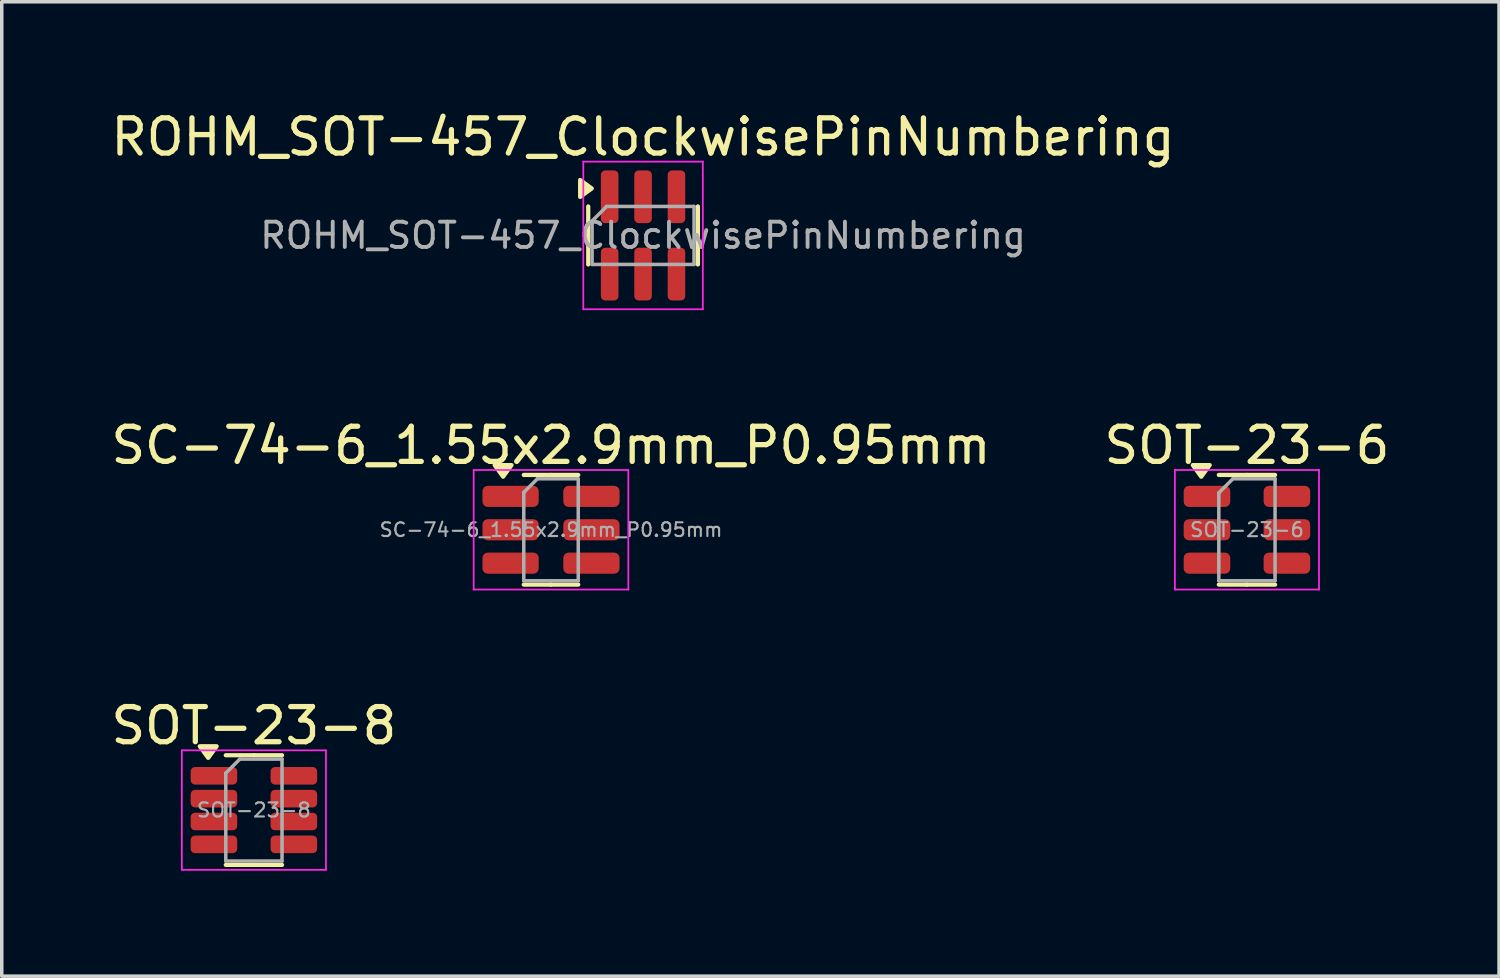
<source format=kicad_pcb>
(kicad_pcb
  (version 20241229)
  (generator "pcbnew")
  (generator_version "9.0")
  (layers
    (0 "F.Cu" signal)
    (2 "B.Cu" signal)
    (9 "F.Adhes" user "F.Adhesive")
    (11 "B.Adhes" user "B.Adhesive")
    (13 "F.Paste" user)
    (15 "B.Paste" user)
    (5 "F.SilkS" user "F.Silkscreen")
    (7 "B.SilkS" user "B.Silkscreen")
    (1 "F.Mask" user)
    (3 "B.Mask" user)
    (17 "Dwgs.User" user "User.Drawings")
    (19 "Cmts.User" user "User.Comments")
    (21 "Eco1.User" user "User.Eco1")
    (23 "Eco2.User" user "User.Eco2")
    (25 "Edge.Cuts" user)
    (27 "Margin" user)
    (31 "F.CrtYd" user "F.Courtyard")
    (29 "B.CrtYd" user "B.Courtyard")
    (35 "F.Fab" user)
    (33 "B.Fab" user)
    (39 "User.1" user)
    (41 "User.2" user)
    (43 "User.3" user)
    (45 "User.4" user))
  (footprint "SOT-23-8"
    (layer "F.Cu")
    (at 4.173 19.995)
    (property "Reference" "SOT-23-8" (at 0 -2.4 0) (layer "F.SilkS") (effects (font (size 1 1) (thickness 0.15))))
    (attr smd)
    (fp_line (start 0 -1.56) (end -0.8 -1.56) (stroke (width 0.12) (type solid)) (layer "F.SilkS"))
    (fp_line (start 0 -1.56) (end 0.8 -1.56) (stroke (width 0.12) (type solid)) (layer "F.SilkS"))
    (fp_line (start 0 1.56) (end -0.8 1.56) (stroke (width 0.12) (type solid)) (layer "F.SilkS"))
    (fp_line (start 0 1.56) (end 0.8 1.56) (stroke (width 0.12) (type solid)) (layer "F.SilkS"))
    (fp_poly (pts (xy -1.3 -1.485) (xy -1.54 -1.815) (xy -1.06 -1.815) (xy -1.3 -1.485)) (stroke (width 0.12) (type solid)) (fill yes) (layer "F.SilkS"))
    (fp_line (start -2.05 -1.7) (end -2.05 1.7) (stroke (width 0.05) (type solid)) (layer "F.CrtYd"))
    (fp_line (start -2.05 1.7) (end 2.05 1.7) (stroke (width 0.05) (type solid)) (layer "F.CrtYd"))
    (fp_line (start 2.05 -1.7) (end -2.05 -1.7) (stroke (width 0.05) (type solid)) (layer "F.CrtYd"))
    (fp_line (start 2.05 1.7) (end 2.05 -1.7) (stroke (width 0.05) (type solid)) (layer "F.CrtYd"))
    (fp_line (start -0.8 -1.05) (end -0.4 -1.45) (stroke (width 0.1) (type solid)) (layer "F.Fab"))
    (fp_line (start -0.8 1.45) (end -0.8 -1.05) (stroke (width 0.1) (type solid)) (layer "F.Fab"))
    (fp_line (start -0.4 -1.45) (end 0.8 -1.45) (stroke (width 0.1) (type solid)) (layer "F.Fab"))
    (fp_line (start 0.8 -1.45) (end 0.8 1.45) (stroke (width 0.1) (type solid)) (layer "F.Fab"))
    (fp_line (start 0.8 1.45) (end -0.8 1.45) (stroke (width 0.1) (type solid)) (layer "F.Fab"))
    (fp_text user "${REFERENCE}" (at 0 0 0) (layer "F.Fab") (effects (font (size 0.4 0.4) (thickness 0.06))))
    (pad "1" smd roundrect (at -1.137 -0.975) (size 1.325 0.5) (layers "F.Cu" "F.Mask" "F.Paste") (roundrect_rratio 0.25))
    (pad "2" smd roundrect (at -1.137 -0.325) (size 1.325 0.5) (layers "F.Cu" "F.Mask" "F.Paste") (roundrect_rratio 0.25))
    (pad "3" smd roundrect (at -1.137 0.325) (size 1.325 0.5) (layers "F.Cu" "F.Mask" "F.Paste") (roundrect_rratio 0.25))
    (pad "4" smd roundrect (at -1.137 0.975) (size 1.325 0.5) (layers "F.Cu" "F.Mask" "F.Paste") (roundrect_rratio 0.25))
    (pad "5" smd roundrect (at 1.137 0.975) (size 1.325 0.5) (layers "F.Cu" "F.Mask" "F.Paste") (roundrect_rratio 0.25))
    (pad "6" smd roundrect (at 1.137 0.325) (size 1.325 0.5) (layers "F.Cu" "F.Mask" "F.Paste") (roundrect_rratio 0.25))
    (pad "7" smd roundrect (at 1.137 -0.325) (size 1.325 0.5) (layers "F.Cu" "F.Mask" "F.Paste") (roundrect_rratio 0.25))
    (pad "8" smd roundrect (at 1.137 -0.975) (size 1.325 0.5) (layers "F.Cu" "F.Mask" "F.Paste") (roundrect_rratio 0.25)))
  (footprint "ROHM_SOT-457_ClockwisePinNumbering"
    (layer "F.Cu")
    (at 15.244 3.648)
    (property "Reference" "ROHM_SOT-457_ClockwisePinNumbering" (at 0 -2.8 0) (layer "F.SilkS") (effects (font (size 1 1) (thickness 0.15))))
    (attr smd)
    (fp_line (start -1.56 -0.825) (end -1.56 0) (stroke (width 0.12) (type solid)) (layer "F.SilkS"))
    (fp_line (start -1.56 0.825) (end -1.56 0) (stroke (width 0.12) (type solid)) (layer "F.SilkS"))
    (fp_line (start 1.56 -0.825) (end 1.56 0) (stroke (width 0.12) (type solid)) (layer "F.SilkS"))
    (fp_line (start 1.56 0.825) (end 1.56 0) (stroke (width 0.12) (type solid)) (layer "F.SilkS"))
    (fp_poly (pts (xy -1.46 -1.337) (xy -1.79 -1.097) (xy -1.79 -1.577) (xy -1.46 -1.337)) (stroke (width 0.12) (type solid)) (fill yes) (layer "F.SilkS"))
    (fp_line (start -1.7 -2.1) (end -1.7 2.1) (stroke (width 0.05) (type solid)) (layer "F.CrtYd"))
    (fp_line (start -1.7 2.1) (end 1.7 2.1) (stroke (width 0.05) (type solid)) (layer "F.CrtYd"))
    (fp_line (start 1.7 -2.1) (end -1.7 -2.1) (stroke (width 0.05) (type solid)) (layer "F.CrtYd"))
    (fp_line (start 1.7 2.1) (end 1.7 -2.1) (stroke (width 0.05) (type solid)) (layer "F.CrtYd"))
    (fp_line (start -1.45 -0.412) (end -1.038 -0.825) (stroke (width 0.1) (type solid)) (layer "F.Fab"))
    (fp_line (start -1.45 0.825) (end -1.45 -0.412) (stroke (width 0.1) (type solid)) (layer "F.Fab"))
    (fp_line (start -1.038 -0.825) (end 1.45 -0.825) (stroke (width 0.1) (type solid)) (layer "F.Fab"))
    (fp_line (start 1.45 -0.825) (end 1.45 0.825) (stroke (width 0.1) (type solid)) (layer "F.Fab"))
    (fp_line (start 1.45 0.825) (end -1.45 0.825) (stroke (width 0.1) (type solid)) (layer "F.Fab"))
    (fp_text user "${REFERENCE}" (at 0 0 0) (layer "F.Fab") (effects (font (size 0.72 0.72) (thickness 0.11))))
    (pad "1" smd roundrect (at -0.95 -1.1) (size 0.5 1.5) (layers "F.Cu" "F.Mask" "F.Paste") (roundrect_rratio 0.25))
    (pad "2" smd roundrect (at 0 -1.1) (size 0.5 1.5) (layers "F.Cu" "F.Mask" "F.Paste") (roundrect_rratio 0.25))
    (pad "3" smd roundrect (at 0.95 -1.1) (size 0.5 1.5) (layers "F.Cu" "F.Mask" "F.Paste") (roundrect_rratio 0.25))
    (pad "4" smd roundrect (at 0.95 1.1) (size 0.5 1.5) (layers "F.Cu" "F.Mask" "F.Paste") (roundrect_rratio 0.25))
    (pad "5" smd roundrect (at 0 1.1) (size 0.5 1.5) (layers "F.Cu" "F.Mask" "F.Paste") (roundrect_rratio 0.25))
    (pad "6" smd roundrect (at -0.95 1.1) (size 0.5 1.5) (layers "F.Cu" "F.Mask" "F.Paste") (roundrect_rratio 0.25)))
  (footprint "SC-74-6_1.55x2.9mm_P0.95mm"
    (layer "F.Cu")
    (at 12.625 12.021)
    (property "Reference" "SC-74-6_1.55x2.9mm_P0.95mm" (at 0 -2.4 0) (layer "F.SilkS") (effects (font (size 1 1) (thickness 0.15))))
    (attr smd)
    (fp_line (start 0 -1.56) (end -0.775 -1.56) (stroke (width 0.12) (type solid)) (layer "F.SilkS"))
    (fp_line (start 0 -1.56) (end 0.775 -1.56) (stroke (width 0.12) (type solid)) (layer "F.SilkS"))
    (fp_line (start 0 1.56) (end -0.775 1.56) (stroke (width 0.12) (type solid)) (layer "F.SilkS"))
    (fp_line (start 0 1.56) (end 0.775 1.56) (stroke (width 0.12) (type solid)) (layer "F.SilkS"))
    (fp_poly (pts (xy -1.363 -1.51) (xy -1.603 -1.84) (xy -1.123 -1.84) (xy -1.363 -1.51)) (stroke (width 0.12) (type solid)) (fill yes) (layer "F.SilkS"))
    (fp_line (start -2.2 -1.7) (end -2.2 1.7) (stroke (width 0.05) (type solid)) (layer "F.CrtYd"))
    (fp_line (start -2.2 1.7) (end 2.2 1.7) (stroke (width 0.05) (type solid)) (layer "F.CrtYd"))
    (fp_line (start 2.2 -1.7) (end -2.2 -1.7) (stroke (width 0.05) (type solid)) (layer "F.CrtYd"))
    (fp_line (start 2.2 1.7) (end 2.2 -1.7) (stroke (width 0.05) (type solid)) (layer "F.CrtYd"))
    (fp_line (start -0.775 -1.062) (end -0.388 -1.45) (stroke (width 0.1) (type solid)) (layer "F.Fab"))
    (fp_line (start -0.775 1.45) (end -0.775 -1.062) (stroke (width 0.1) (type solid)) (layer "F.Fab"))
    (fp_line (start -0.388 -1.45) (end 0.775 -1.45) (stroke (width 0.1) (type solid)) (layer "F.Fab"))
    (fp_line (start 0.775 -1.45) (end 0.775 1.45) (stroke (width 0.1) (type solid)) (layer "F.Fab"))
    (fp_line (start 0.775 1.45) (end -0.775 1.45) (stroke (width 0.1) (type solid)) (layer "F.Fab"))
    (fp_text user "${REFERENCE}" (at 0 0 0) (layer "F.Fab") (effects (font (size 0.39 0.39) (thickness 0.06))))
    (pad "1" smd roundrect (at -1.15 -0.95) (size 1.6 0.6) (layers "F.Cu" "F.Mask" "F.Paste") (roundrect_rratio 0.25))
    (pad "2" smd roundrect (at -1.15 0) (size 1.6 0.6) (layers "F.Cu" "F.Mask" "F.Paste") (roundrect_rratio 0.25))
    (pad "3" smd roundrect (at -1.15 0.95) (size 1.6 0.6) (layers "F.Cu" "F.Mask" "F.Paste") (roundrect_rratio 0.25))
    (pad "4" smd roundrect (at 1.15 0.95) (size 1.6 0.6) (layers "F.Cu" "F.Mask" "F.Paste") (roundrect_rratio 0.25))
    (pad "5" smd roundrect (at 1.15 0) (size 1.6 0.6) (layers "F.Cu" "F.Mask" "F.Paste") (roundrect_rratio 0.25))
    (pad "6" smd roundrect (at 1.15 -0.95) (size 1.6 0.6) (layers "F.Cu" "F.Mask" "F.Paste") (roundrect_rratio 0.25)))
  (footprint "SOT-23-6"
    (layer "F.Cu")
    (at 32.423 12.021)
    (property "Reference" "SOT-23-6" (at 0 -2.4 0) (layer "F.SilkS") (effects (font (size 1 1) (thickness 0.15))))
    (attr smd)
    (fp_line (start 0 -1.56) (end -0.8 -1.56) (stroke (width 0.12) (type solid)) (layer "F.SilkS"))
    (fp_line (start 0 -1.56) (end 0.8 -1.56) (stroke (width 0.12) (type solid)) (layer "F.SilkS"))
    (fp_line (start 0 1.56) (end -0.8 1.56) (stroke (width 0.12) (type solid)) (layer "F.SilkS"))
    (fp_line (start 0 1.56) (end 0.8 1.56) (stroke (width 0.12) (type solid)) (layer "F.SilkS"))
    (fp_poly (pts (xy -1.3 -1.51) (xy -1.54 -1.84) (xy -1.06 -1.84) (xy -1.3 -1.51)) (stroke (width 0.12) (type solid)) (fill yes) (layer "F.SilkS"))
    (fp_line (start -2.05 -1.7) (end -2.05 1.7) (stroke (width 0.05) (type solid)) (layer "F.CrtYd"))
    (fp_line (start -2.05 1.7) (end 2.05 1.7) (stroke (width 0.05) (type solid)) (layer "F.CrtYd"))
    (fp_line (start 2.05 -1.7) (end -2.05 -1.7) (stroke (width 0.05) (type solid)) (layer "F.CrtYd"))
    (fp_line (start 2.05 1.7) (end 2.05 -1.7) (stroke (width 0.05) (type solid)) (layer "F.CrtYd"))
    (fp_line (start -0.8 -1.05) (end -0.4 -1.45) (stroke (width 0.1) (type solid)) (layer "F.Fab"))
    (fp_line (start -0.8 1.45) (end -0.8 -1.05) (stroke (width 0.1) (type solid)) (layer "F.Fab"))
    (fp_line (start -0.4 -1.45) (end 0.8 -1.45) (stroke (width 0.1) (type solid)) (layer "F.Fab"))
    (fp_line (start 0.8 -1.45) (end 0.8 1.45) (stroke (width 0.1) (type solid)) (layer "F.Fab"))
    (fp_line (start 0.8 1.45) (end -0.8 1.45) (stroke (width 0.1) (type solid)) (layer "F.Fab"))
    (fp_text user "${REFERENCE}" (at 0 0 0) (layer "F.Fab") (effects (font (size 0.4 0.4) (thickness 0.06))))
    (pad "1" smd roundrect (at -1.137 -0.95) (size 1.325 0.6) (layers "F.Cu" "F.Mask" "F.Paste") (roundrect_rratio 0.25))
    (pad "2" smd roundrect (at -1.137 0) (size 1.325 0.6) (layers "F.Cu" "F.Mask" "F.Paste") (roundrect_rratio 0.25))
    (pad "3" smd roundrect (at -1.137 0.95) (size 1.325 0.6) (layers "F.Cu" "F.Mask" "F.Paste") (roundrect_rratio 0.25))
    (pad "4" smd roundrect (at 1.137 0.95) (size 1.325 0.6) (layers "F.Cu" "F.Mask" "F.Paste") (roundrect_rratio 0.25))
    (pad "5" smd roundrect (at 1.137 0) (size 1.325 0.6) (layers "F.Cu" "F.Mask" "F.Paste") (roundrect_rratio 0.25))
    (pad "6" smd roundrect (at 1.137 -0.95) (size 1.325 0.6) (layers "F.Cu" "F.Mask" "F.Paste") (roundrect_rratio 0.25)))
  (gr_rect
    (start -3 -3)
    (end 39.595 24.72)
    (stroke (width 0.1) (type default))
    (fill no)
    (layer "Edge.Cuts")))
</source>
